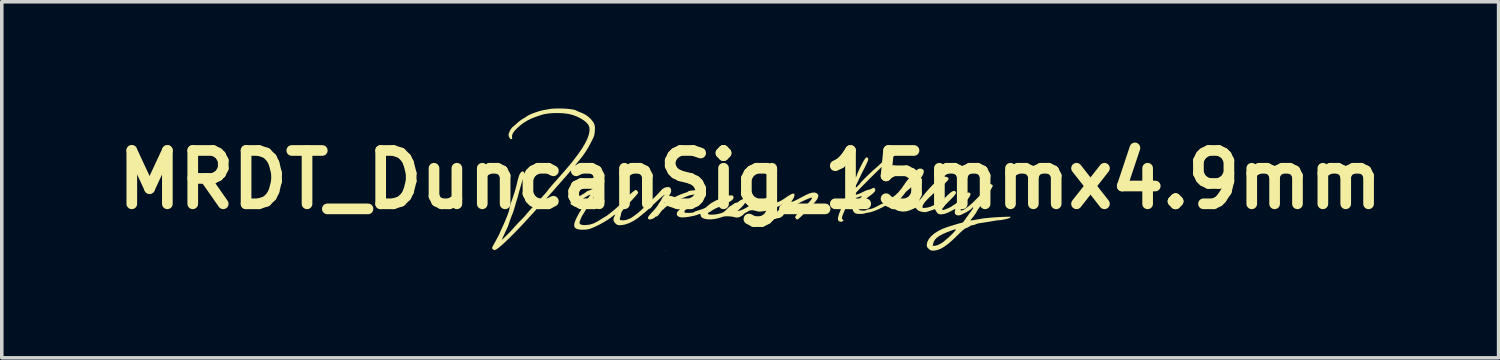
<source format=kicad_pcb>
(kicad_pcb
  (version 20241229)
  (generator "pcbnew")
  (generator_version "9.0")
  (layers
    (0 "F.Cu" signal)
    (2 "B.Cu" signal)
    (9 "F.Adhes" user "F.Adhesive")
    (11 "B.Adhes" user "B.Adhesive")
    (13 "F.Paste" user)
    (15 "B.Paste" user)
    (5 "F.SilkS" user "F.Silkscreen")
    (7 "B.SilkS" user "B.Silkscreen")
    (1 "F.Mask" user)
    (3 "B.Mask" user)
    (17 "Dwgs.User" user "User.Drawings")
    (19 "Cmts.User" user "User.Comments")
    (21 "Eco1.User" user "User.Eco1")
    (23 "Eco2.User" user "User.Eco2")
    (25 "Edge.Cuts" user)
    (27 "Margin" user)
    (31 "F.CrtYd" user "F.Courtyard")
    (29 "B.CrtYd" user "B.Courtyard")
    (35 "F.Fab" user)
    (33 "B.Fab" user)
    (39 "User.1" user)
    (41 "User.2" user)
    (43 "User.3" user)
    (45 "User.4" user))
  (footprint "MRDT_DuncanSig_15mmx4.9mm"
    (layer "F.Cu")
    (at 18.05 2.004)
    (property "Reference" "MRDT_DuncanSig_15mmx4.9mm" (at 0 0 0) (layer "F.SilkS") (effects (font (size 1.5 1.5) (thickness 0.3))))
    (attr board_only exclude_from_pos_files exclude_from_bom)
    (fp_poly (pts (xy -2.37 2.003) (xy -2.378 2.01) (xy -2.385 2.003) (xy -2.378 1.995)) (stroke (width 0) (type solid)) (fill yes) (layer "F.SilkS"))
    (fp_poly (pts (xy -5.273 -2.001) (xy -5.17 -1.996) (xy -5.075 -1.987) (xy -4.994 -1.975) (xy -4.932 -1.962) (xy -4.907 -1.952) (xy -4.849 -1.923) (xy -4.788 -1.898) (xy -4.726 -1.874) (xy -4.642 -1.833) (xy -4.557 -1.774) (xy -4.481 -1.704) (xy -4.421 -1.63) (xy -4.396 -1.586) (xy -4.379 -1.546) (xy -4.37 -1.508) (xy -4.367 -1.462) (xy -4.369 -1.398) (xy -4.369 -1.384) (xy -4.375 -1.309) (xy -4.386 -1.251) (xy -4.405 -1.197) (xy -4.424 -1.155) (xy -4.496 -1.013) (xy -4.563 -0.892) (xy -4.63 -0.784) (xy -4.701 -0.682) (xy -4.781 -0.578) (xy -4.823 -0.526) (xy -4.867 -0.473) (xy -4.907 -0.424) (xy -4.937 -0.386) (xy -4.945 -0.376) (xy -4.97 -0.344) (xy -5.014 -0.291) (xy -5.074 -0.221) (xy -5.148 -0.135) (xy -5.235 -0.036) (xy -5.279 0.015) (xy -5.323 0.065) (xy -5.378 0.127) (xy -5.433 0.189) (xy -5.451 0.21) (xy -5.542 0.314) (xy -5.618 0.399) (xy -5.682 0.472) (xy -5.738 0.535) (xy -5.791 0.593) (xy -5.845 0.652) (xy -5.903 0.715) (xy -5.919 0.733) (xy -5.99 0.81) (xy -6.073 0.901) (xy -6.158 0.994) (xy -6.237 1.08) (xy -6.259 1.105) (xy -6.387 1.244) (xy -6.512 1.376) (xy -6.632 1.5) (xy -6.745 1.613) (xy -6.849 1.714) (xy -6.943 1.801) (xy -7.025 1.873) (xy -7.093 1.928) (xy -7.145 1.964) (xy -7.18 1.979) (xy -7.185 1.98) (xy -7.216 1.971) (xy -7.235 1.96) (xy -7.255 1.939) (xy -7.259 1.916) (xy -7.246 1.881) (xy -7.229 1.85) (xy -7.198 1.794) (xy -7.163 1.731) (xy -7.129 1.668) (xy -7.098 1.61) (xy -7.072 1.562) (xy -7.056 1.53) (xy -7.051 1.52) (xy -7.045 1.503) (xy -7.028 1.463) (xy -7.001 1.403) (xy -6.967 1.329) (xy -6.939 1.268) (xy -6.913 1.209) (xy -6.887 1.148) (xy -6.878 1.125) (xy -6.857 1.072) (xy -6.836 1.02) (xy -6.83 1.007) (xy -6.794 0.908) (xy -6.767 0.797) (xy -6.767 0.795) (xy -6.755 0.742) (xy -6.742 0.693) (xy -6.739 0.683) (xy -6.695 0.558) (xy -6.661 0.456) (xy -6.632 0.368) (xy -6.608 0.289) (xy -6.587 0.212) (xy -6.566 0.13) (xy -6.549 0.058) (xy -6.524 -0.037) (xy -6.503 -0.108) (xy -6.481 -0.158) (xy -6.458 -0.195) (xy -6.438 -0.216) (xy -6.404 -0.234) (xy -6.376 -0.228) (xy -6.356 -0.203) (xy -6.347 -0.164) (xy -6.352 -0.118) (xy -6.369 -0.077) (xy -6.382 -0.046) (xy -6.401 0.009) (xy -6.425 0.083) (xy -6.451 0.171) (xy -6.479 0.266) (xy -6.506 0.365) (xy -6.526 0.443) (xy -6.539 0.492) (xy -6.552 0.534) (xy -6.556 0.548) (xy -6.566 0.579) (xy -6.581 0.626) (xy -6.591 0.66) (xy -6.618 0.753) (xy -6.638 0.822) (xy -6.653 0.871) (xy -6.664 0.904) (xy -6.672 0.926) (xy -6.676 0.938) (xy -6.7 0.995) (xy -6.726 1.062) (xy -6.751 1.13) (xy -6.772 1.189) (xy -6.784 1.229) (xy -6.785 1.23) (xy -6.801 1.279) (xy -6.822 1.333) (xy -6.827 1.343) (xy -6.846 1.385) (xy -6.874 1.443) (xy -6.903 1.507) (xy -6.911 1.523) (xy -6.945 1.597) (xy -6.968 1.646) (xy -6.98 1.675) (xy -6.982 1.687) (xy -6.974 1.683) (xy -6.958 1.669) (xy -6.946 1.658) (xy -6.833 1.547) (xy -6.743 1.456) (xy -6.675 1.382) (xy -6.654 1.357) (xy -6.619 1.317) (xy -6.57 1.264) (xy -6.513 1.203) (xy -6.456 1.145) (xy -6.403 1.092) (xy -6.358 1.044) (xy -6.324 1.007) (xy -6.307 0.986) (xy -6.306 0.985) (xy -6.291 0.965) (xy -6.26 0.928) (xy -6.215 0.878) (xy -6.16 0.817) (xy -6.1 0.752) (xy -6.038 0.685) (xy -5.978 0.62) (xy -5.941 0.582) (xy -5.876 0.514) (xy -5.816 0.447) (xy -5.763 0.388) (xy -5.723 0.34) (xy -5.698 0.308) (xy -5.695 0.303) (xy -5.681 0.284) (xy -5.65 0.246) (xy -5.607 0.195) (xy -5.554 0.133) (xy -5.5 0.072) (xy -5.394 -0.048) (xy -5.305 -0.149) (xy -5.231 -0.233) (xy -5.17 -0.304) (xy -5.119 -0.364) (xy -5.075 -0.415) (xy -5.037 -0.462) (xy -5.001 -0.506) (xy -4.966 -0.551) (xy -4.963 -0.555) (xy -4.832 -0.729) (xy -4.724 -0.886) (xy -4.64 -1.028) (xy -4.578 -1.155) (xy -4.538 -1.269) (xy -4.519 -1.371) (xy -4.521 -1.462) (xy -4.525 -1.48) (xy -4.551 -1.541) (xy -4.602 -1.603) (xy -4.674 -1.664) (xy -4.764 -1.721) (xy -4.865 -1.773) (xy -4.975 -1.815) (xy -5.089 -1.845) (xy -5.127 -1.852) (xy -5.258 -1.868) (xy -5.397 -1.875) (xy -5.537 -1.873) (xy -5.67 -1.863) (xy -5.787 -1.844) (xy -5.844 -1.83) (xy -6.007 -1.777) (xy -6.145 -1.724) (xy -6.265 -1.665) (xy -6.372 -1.6) (xy -6.472 -1.524) (xy -6.569 -1.436) (xy -6.639 -1.36) (xy -6.682 -1.293) (xy -6.699 -1.232) (xy -6.698 -1.192) (xy -6.693 -1.157) (xy -6.701 -1.143) (xy -6.719 -1.14) (xy -6.748 -1.154) (xy -6.775 -1.187) (xy -6.792 -1.231) (xy -6.796 -1.262) (xy -6.788 -1.304) (xy -6.766 -1.359) (xy -6.736 -1.415) (xy -6.704 -1.46) (xy -6.683 -1.481) (xy -6.653 -1.504) (xy -6.61 -1.541) (xy -6.564 -1.584) (xy -6.559 -1.589) (xy -6.504 -1.636) (xy -6.443 -1.682) (xy -6.391 -1.714) (xy -6.343 -1.742) (xy -6.303 -1.768) (xy -6.283 -1.782) (xy -6.245 -1.806) (xy -6.185 -1.836) (xy -6.109 -1.867) (xy -6.026 -1.897) (xy -5.942 -1.925) (xy -5.865 -1.946) (xy -5.806 -1.958) (xy -5.774 -1.964) (xy -5.723 -1.973) (xy -5.66 -1.984) (xy -5.641 -1.988) (xy -5.568 -1.997) (xy -5.478 -2.002) (xy -5.378 -2.004)) (stroke (width 0) (type solid)) (fill yes) (layer "F.SilkS"))
    (fp_poly (pts (xy -4.21 0.18) (xy -4.2 0.188) (xy -4.178 0.213) (xy -4.174 0.236) (xy -4.191 0.265) (xy -4.229 0.304) (xy -4.235 0.31) (xy -4.273 0.349) (xy -4.321 0.401) (xy -4.372 0.46) (xy -4.42 0.518) (xy -4.461 0.569) (xy -4.488 0.607) (xy -4.492 0.614) (xy -4.506 0.639) (xy -4.531 0.683) (xy -4.562 0.739) (xy -4.582 0.775) (xy -4.619 0.84) (xy -4.656 0.902) (xy -4.687 0.953) (xy -4.698 0.97) (xy -4.73 1.023) (xy -4.76 1.085) (xy -4.784 1.145) (xy -4.798 1.195) (xy -4.801 1.215) (xy -4.788 1.247) (xy -4.749 1.267) (xy -4.684 1.276) (xy -4.629 1.277) (xy -4.518 1.264) (xy -4.409 1.232) (xy -4.296 1.176) (xy -4.217 1.126) (xy -4.164 1.092) (xy -4.113 1.061) (xy -4.082 1.043) (xy -4.043 1.021) (xy -4.016 1.002) (xy -4.013 1) (xy -3.992 0.982) (xy -3.956 0.954) (xy -3.924 0.93) (xy -3.871 0.888) (xy -3.808 0.835) (xy -3.742 0.777) (xy -3.68 0.72) (xy -3.626 0.667) (xy -3.587 0.626) (xy -3.576 0.612) (xy -3.548 0.578) (xy -3.507 0.534) (xy -3.457 0.485) (xy -3.405 0.435) (xy -3.354 0.388) (xy -3.309 0.349) (xy -3.276 0.324) (xy -3.26 0.315) (xy -3.242 0.306) (xy -3.241 0.3) (xy -3.231 0.286) (xy -3.208 0.29) (xy -3.181 0.31) (xy -3.176 0.315) (xy -3.157 0.346) (xy -3.151 0.367) (xy -3.16 0.384) (xy -3.188 0.419) (xy -3.229 0.468) (xy -3.281 0.526) (xy -3.327 0.575) (xy -3.416 0.669) (xy -3.486 0.745) (xy -3.539 0.805) (xy -3.578 0.851) (xy -3.604 0.888) (xy -3.621 0.916) (xy -3.629 0.939) (xy -3.631 0.959) (xy -3.636 0.99) (xy -3.648 1.034) (xy -3.654 1.051) (xy -3.666 1.097) (xy -3.665 1.126) (xy -3.663 1.129) (xy -3.636 1.139) (xy -3.592 1.142) (xy -3.538 1.14) (xy -3.486 1.131) (xy -3.448 1.119) (xy -3.413 1.103) (xy -3.39 1.095) (xy -3.389 1.095) (xy -3.372 1.088) (xy -3.337 1.067) (xy -3.284 1.031) (xy -3.21 0.977) (xy -3.188 0.961) (xy -3.146 0.926) (xy -3.087 0.875) (xy -3.017 0.811) (xy -2.938 0.738) (xy -2.856 0.659) (xy -2.774 0.579) (xy -2.695 0.501) (xy -2.625 0.43) (xy -2.567 0.368) (xy -2.524 0.321) (xy -2.508 0.302) (xy -2.464 0.259) (xy -2.41 0.227) (xy -2.352 0.209) (xy -2.298 0.207) (xy -2.256 0.221) (xy -2.243 0.234) (xy -2.224 0.281) (xy -2.224 0.337) (xy -2.243 0.39) (xy -2.25 0.401) (xy -2.272 0.434) (xy -2.28 0.461) (xy -2.28 0.461) (xy -2.289 0.484) (xy -2.313 0.521) (xy -2.338 0.553) (xy -2.379 0.604) (xy -2.402 0.635) (xy -2.407 0.65) (xy -2.394 0.65) (xy -2.365 0.64) (xy -2.361 0.638) (xy -2.316 0.615) (xy -2.278 0.589) (xy -2.273 0.585) (xy -2.241 0.561) (xy -2.196 0.533) (xy -2.175 0.52) (xy -2.129 0.496) (xy -2.09 0.475) (xy -2.077 0.468) (xy -2.047 0.453) (xy -2.001 0.434) (xy -1.945 0.411) (xy -1.889 0.39) (xy -1.84 0.373) (xy -1.806 0.362) (xy -1.797 0.36) (xy -1.773 0.351) (xy -1.755 0.337) (xy -1.722 0.319) (xy -1.679 0.309) (xy -1.679 0.309) (xy -1.569 0.297) (xy -1.485 0.292) (xy -1.423 0.292) (xy -1.379 0.299) (xy -1.349 0.313) (xy -1.33 0.333) (xy -1.33 0.333) (xy -1.325 0.354) (xy -1.338 0.383) (xy -1.363 0.415) (xy -1.423 0.483) (xy -1.488 0.55) (xy -1.566 0.623) (xy -1.646 0.693) (xy -1.697 0.738) (xy -1.739 0.778) (xy -1.767 0.807) (xy -1.777 0.82) (xy -1.796 0.838) (xy -1.805 0.84) (xy -1.826 0.852) (xy -1.843 0.877) (xy -1.851 0.906) (xy -1.844 0.924) (xy -1.82 0.929) (xy -1.778 0.932) (xy -1.725 0.933) (xy -1.672 0.931) (xy -1.626 0.927) (xy -1.597 0.922) (xy -1.592 0.919) (xy -1.579 0.909) (xy -1.553 0.896) (xy -1.509 0.88) (xy -1.442 0.858) (xy -1.381 0.839) (xy -1.324 0.819) (xy -1.277 0.799) (xy -1.248 0.783) (xy -1.246 0.781) (xy -1.216 0.754) (xy -1.177 0.722) (xy -1.136 0.689) (xy -1.101 0.662) (xy -1.078 0.647) (xy -1.074 0.645) (xy -1.057 0.638) (xy -1.024 0.619) (xy -1.005 0.608) (xy -0.965 0.585) (xy -0.932 0.572) (xy -0.923 0.57) (xy -0.903 0.563) (xy -0.9 0.557) (xy -0.887 0.545) (xy -0.855 0.526) (xy -0.821 0.511) (xy -0.772 0.491) (xy -0.73 0.473) (xy -0.713 0.465) (xy -0.672 0.454) (xy -0.619 0.446) (xy -0.564 0.442) (xy -0.517 0.443) (xy -0.488 0.45) (xy -0.486 0.452) (xy -0.466 0.485) (xy -0.472 0.525) (xy -0.501 0.567) (xy -0.512 0.577) (xy -0.555 0.607) (xy -0.621 0.645) (xy -0.703 0.687) (xy -0.798 0.732) (xy -0.898 0.776) (xy -0.915 0.783) (xy -0.977 0.812) (xy -1.036 0.843) (xy -1.079 0.87) (xy -1.082 0.873) (xy -1.118 0.898) (xy -1.145 0.913) (xy -1.152 0.915) (xy -1.173 0.926) (xy -1.185 0.937) (xy -1.191 0.958) (xy -1.172 0.973) (xy -1.132 0.982) (xy -1.076 0.984) (xy -1.009 0.98) (xy -0.935 0.97) (xy -0.858 0.953) (xy -0.845 0.949) (xy -0.799 0.935) (xy -0.762 0.918) (xy -0.728 0.896) (xy -0.688 0.861) (xy -0.638 0.811) (xy -0.623 0.796) (xy -0.588 0.763) (xy -0.559 0.741) (xy -0.547 0.735) (xy -0.527 0.726) (xy -0.495 0.703) (xy -0.48 0.691) (xy -0.439 0.663) (xy -0.399 0.647) (xy -0.388 0.646) (xy -0.356 0.641) (xy -0.343 0.633) (xy -0.323 0.612) (xy -0.285 0.586) (xy -0.237 0.56) (xy -0.189 0.541) (xy -0.188 0.54) (xy -0.146 0.525) (xy -0.116 0.512) (xy -0.112 0.509) (xy -0.082 0.496) (xy -0.035 0.488) (xy 0.017 0.484) (xy 0.064 0.486) (xy 0.095 0.493) (xy 0.097 0.495) (xy 0.121 0.525) (xy 0.115 0.551) (xy 0.081 0.573) (xy 0.041 0.585) (xy -0.055 0.611) (xy -0.123 0.643) (xy -0.163 0.679) (xy -0.167 0.686) (xy -0.187 0.714) (xy -0.223 0.754) (xy -0.267 0.798) (xy -0.274 0.804) (xy -0.314 0.842) (xy -0.344 0.87) (xy -0.357 0.884) (xy -0.357 0.885) (xy -0.341 0.881) (xy -0.306 0.872) (xy -0.278 0.865) (xy -0.206 0.838) (xy -0.121 0.795) (xy -0.034 0.741) (xy 0.048 0.682) (xy 0.104 0.634) (xy 0.169 0.579) (xy 0.22 0.55) (xy 0.26 0.547) (xy 0.279 0.556) (xy 0.296 0.588) (xy 0.294 0.635) (xy 0.276 0.688) (xy 0.244 0.737) (xy 0.233 0.756) (xy 0.245 0.766) (xy 0.262 0.771) (xy 0.297 0.772) (xy 0.329 0.751) (xy 0.336 0.743) (xy 0.362 0.721) (xy 0.392 0.71) (xy 0.438 0.708) (xy 0.452 0.708) (xy 0.541 0.706) (xy 0.604 0.695) (xy 0.627 0.685) (xy 0.651 0.674) (xy 0.692 0.66) (xy 0.724 0.651) (xy 0.793 0.626) (xy 0.865 0.591) (xy 0.946 0.542) (xy 1.04 0.477) (xy 1.095 0.441) (xy 1.147 0.412) (xy 1.187 0.396) (xy 1.194 0.394) (xy 1.228 0.391) (xy 1.242 0.4) (xy 1.245 0.431) (xy 1.245 0.438) (xy 1.231 0.499) (xy 1.2 0.553) (xy 1.175 0.589) (xy 1.158 0.615) (xy 1.155 0.621) (xy 1.168 0.622) (xy 1.196 0.616) (xy 1.215 0.609) (xy 1.237 0.6) (xy 1.267 0.586) (xy 1.309 0.565) (xy 1.367 0.535) (xy 1.443 0.495) (xy 1.542 0.443) (xy 1.545 0.441) (xy 1.651 0.392) (xy 1.742 0.365) (xy 1.815 0.361) (xy 1.87 0.38) (xy 1.883 0.391) (xy 1.91 0.423) (xy 1.918 0.457) (xy 1.907 0.5) (xy 1.878 0.559) (xy 1.876 0.561) (xy 1.854 0.592) (xy 1.814 0.639) (xy 1.76 0.699) (xy 1.697 0.767) (xy 1.629 0.839) (xy 1.56 0.91) (xy 1.493 0.976) (xy 1.433 1.034) (xy 1.385 1.078) (xy 1.352 1.105) (xy 1.325 1.121) (xy 1.307 1.117) (xy 1.287 1.095) (xy 1.269 1.066) (xy 1.264 1.047) (xy 1.282 1.017) (xy 1.315 0.975) (xy 1.357 0.93) (xy 1.401 0.889) (xy 1.438 0.859) (xy 1.445 0.855) (xy 1.483 0.829) (xy 1.508 0.804) (xy 1.512 0.797) (xy 1.527 0.775) (xy 1.557 0.739) (xy 1.595 0.698) (xy 1.595 0.698) (xy 1.656 0.633) (xy 1.702 0.579) (xy 1.731 0.537) (xy 1.74 0.513) (xy 1.733 0.505) (xy 1.708 0.508) (xy 1.663 0.523) (xy 1.596 0.55) (xy 1.56 0.566) (xy 1.501 0.593) (xy 1.447 0.619) (xy 1.387 0.651) (xy 1.32 0.688) (xy 1.293 0.702) (xy 1.252 0.722) (xy 1.238 0.728) (xy 1.191 0.755) (xy 1.136 0.792) (xy 1.08 0.835) (xy 1.027 0.879) (xy 0.983 0.921) (xy 0.954 0.954) (xy 0.945 0.974) (xy 0.933 0.999) (xy 0.903 1.029) (xy 0.865 1.057) (xy 0.828 1.074) (xy 0.81 1.077) (xy 0.767 1.083) (xy 0.74 1.092) (xy 0.698 1.107) (xy 0.669 1.11) (xy 0.642 1.106) (xy 0.631 1.087) (xy 0.63 1.063) (xy 0.632 1.04) (xy 0.639 1.019) (xy 0.655 0.996) (xy 0.686 0.966) (xy 0.734 0.923) (xy 0.752 0.907) (xy 0.782 0.877) (xy 0.818 0.836) (xy 0.854 0.79) (xy 0.887 0.745) (xy 0.912 0.708) (xy 0.924 0.684) (xy 0.924 0.679) (xy 0.909 0.683) (xy 0.88 0.701) (xy 0.867 0.709) (xy 0.826 0.736) (xy 0.786 0.755) (xy 0.78 0.757) (xy 0.745 0.771) (xy 0.698 0.794) (xy 0.675 0.806) (xy 0.633 0.828) (xy 0.587 0.845) (xy 0.531 0.86) (xy 0.458 0.873) (xy 0.361 0.888) (xy 0.358 0.889) (xy 0.293 0.896) (xy 0.245 0.897) (xy 0.203 0.89) (xy 0.168 0.88) (xy 0.086 0.86) (xy 0.02 0.859) (xy -0.038 0.878) (xy -0.063 0.893) (xy -0.1 0.916) (xy -0.127 0.929) (xy -0.133 0.93) (xy -0.151 0.941) (xy -0.178 0.966) (xy -0.183 0.971) (xy -0.24 1.021) (xy -0.307 1.054) (xy -0.374 1.067) (xy -0.435 1.057) (xy -0.447 1.052) (xy -0.474 1.045) (xy -0.521 1.038) (xy -0.58 1.032) (xy -0.596 1.031) (xy -0.667 1.029) (xy -0.721 1.032) (xy -0.773 1.044) (xy -0.813 1.058) (xy -0.919 1.089) (xy -1.024 1.109) (xy -1.122 1.117) (xy -1.211 1.113) (xy -1.287 1.099) (xy -1.345 1.074) (xy -1.383 1.038) (xy -1.395 0.995) (xy -1.402 0.967) (xy -1.424 0.962) (xy -1.454 0.975) (xy -1.499 0.992) (xy -1.565 1.011) (xy -1.644 1.029) (xy -1.727 1.044) (xy -1.806 1.055) (xy -1.83 1.057) (xy -1.898 1.061) (xy -1.946 1.059) (xy -1.981 1.052) (xy -2.01 1.04) (xy -2.046 1.017) (xy -2.06 0.991) (xy -2.063 0.96) (xy -2.062 0.944) (xy -2.059 0.929) (xy -2.051 0.913) (xy -2.037 0.892) (xy -2.013 0.865) (xy -1.978 0.829) (xy -1.929 0.783) (xy -1.865 0.723) (xy -1.782 0.648) (xy -1.683 0.557) (xy -1.614 0.493) (xy -1.569 0.446) (xy -1.548 0.418) (xy -1.55 0.407) (xy -1.572 0.412) (xy -1.604 0.422) (xy -1.648 0.43) (xy -1.65 0.43) (xy -1.695 0.439) (xy -1.732 0.449) (xy -1.733 0.449) (xy -1.765 0.462) (xy -1.811 0.48) (xy -1.83 0.488) (xy -1.915 0.522) (xy -2.004 0.563) (xy -2.094 0.607) (xy -2.181 0.652) (xy -2.26 0.696) (xy -2.327 0.736) (xy -2.377 0.771) (xy -2.408 0.797) (xy -2.415 0.81) (xy -2.428 0.825) (xy -2.443 0.832) (xy -2.465 0.848) (xy -2.496 0.883) (xy -2.531 0.929) (xy -2.537 0.938) (xy -2.578 0.993) (xy -2.61 1.024) (xy -2.635 1.035) (xy -2.636 1.035) (xy -2.669 1.046) (xy -2.684 1.062) (xy -2.706 1.081) (xy -2.746 1.1) (xy -2.769 1.107) (xy -2.815 1.118) (xy -2.842 1.118) (xy -2.86 1.107) (xy -2.862 1.105) (xy -2.875 1.086) (xy -2.875 1.063) (xy -2.86 1.033) (xy -2.828 0.991) (xy -2.778 0.935) (xy -2.745 0.9) (xy -2.693 0.843) (xy -2.647 0.787) (xy -2.611 0.74) (xy -2.594 0.713) (xy -2.568 0.668) (xy -2.542 0.63) (xy -2.536 0.623) (xy -2.511 0.586) (xy -2.498 0.558) (xy -2.482 0.525) (xy -2.454 0.485) (xy -2.443 0.472) (xy -2.413 0.436) (xy -2.404 0.42) (xy -2.414 0.424) (xy -2.443 0.446) (xy -2.49 0.485) (xy -2.553 0.541) (xy -2.631 0.613) (xy -2.724 0.7) (xy -2.751 0.726) (xy -2.817 0.788) (xy -2.877 0.844) (xy -2.927 0.889) (xy -2.962 0.92) (xy -2.98 0.935) (xy -2.98 0.935) (xy -3.006 0.953) (xy -3.037 0.98) (xy -3.158 1.079) (xy -3.284 1.161) (xy -3.41 1.223) (xy -3.532 1.263) (xy -3.605 1.276) (xy -3.672 1.28) (xy -3.716 1.277) (xy -3.746 1.266) (xy -3.746 1.266) (xy -3.807 1.216) (xy -3.841 1.16) (xy -3.846 1.099) (xy -3.824 1.04) (xy -3.806 1.006) (xy -3.798 0.985) (xy -3.799 0.982) (xy -3.813 0.987) (xy -3.842 1.007) (xy -3.864 1.025) (xy -3.934 1.078) (xy -4.02 1.136) (xy -4.118 1.195) (xy -4.22 1.252) (xy -4.322 1.303) (xy -4.418 1.347) (xy -4.5 1.379) (xy -4.559 1.395) (xy -4.652 1.406) (xy -4.748 1.407) (xy -4.831 1.398) (xy -4.843 1.396) (xy -4.9 1.374) (xy -4.936 1.34) (xy -4.951 1.293) (xy -4.945 1.229) (xy -4.917 1.147) (xy -4.876 1.057) (xy -4.843 0.995) (xy -4.814 0.941) (xy -4.791 0.902) (xy -4.781 0.886) (xy -4.761 0.856) (xy -4.735 0.811) (xy -4.709 0.759) (xy -4.686 0.71) (xy -4.67 0.67) (xy -4.666 0.653) (xy -4.656 0.626) (xy -4.632 0.595) (xy -4.631 0.594) (xy -4.597 0.558) (xy -4.561 0.517) (xy -4.529 0.476) (xy -4.505 0.443) (xy -4.493 0.423) (xy -4.494 0.42) (xy -4.518 0.428) (xy -4.561 0.449) (xy -4.617 0.481) (xy -4.68 0.518) (xy -4.745 0.559) (xy -4.806 0.599) (xy -4.858 0.635) (xy -4.895 0.663) (xy -4.91 0.68) (xy -4.931 0.697) (xy -4.967 0.708) (xy -5.007 0.711) (xy -5.036 0.702) (xy -5.037 0.702) (xy -5.054 0.677) (xy -5.046 0.649) (xy -5.01 0.616) (xy -4.994 0.605) (xy -4.946 0.57) (xy -4.899 0.535) (xy -4.886 0.524) (xy -4.85 0.499) (xy -4.799 0.464) (xy -4.74 0.428) (xy -4.726 0.42) (xy -4.674 0.388) (xy -4.631 0.359) (xy -4.605 0.339) (xy -4.601 0.334) (xy -4.577 0.317) (xy -4.565 0.315) (xy -4.542 0.309) (xy -4.499 0.291) (xy -4.442 0.266) (xy -4.385 0.238) (xy -4.318 0.205) (xy -4.273 0.185) (xy -4.243 0.175) (xy -4.224 0.174)) (stroke (width 0) (type solid)) (fill yes) (layer "F.SilkS"))
    (fp_poly (pts (xy 4.323 -0.904) (xy 4.327 -0.897) (xy 4.323 -0.887) (xy 4.309 -0.871) (xy 4.282 -0.848) (xy 4.24 -0.814) (xy 4.179 -0.767) (xy 4.097 -0.705) (xy 4.088 -0.698) (xy 4.012 -0.638) (xy 3.929 -0.569) (xy 3.838 -0.488) (xy 3.732 -0.39) (xy 3.653 -0.315) (xy 3.58 -0.244) (xy 3.5 -0.166) (xy 3.416 -0.083) (xy 3.331 0.002) (xy 3.248 0.085) (xy 3.17 0.164) (xy 3.1 0.236) (xy 3.04 0.298) (xy 2.994 0.347) (xy 2.964 0.381) (xy 2.954 0.394) (xy 2.951 0.415) (xy 2.971 0.421) (xy 3.012 0.414) (xy 3.07 0.393) (xy 3.142 0.36) (xy 3.156 0.353) (xy 3.216 0.323) (xy 3.269 0.301) (xy 3.308 0.287) (xy 3.321 0.285) (xy 3.355 0.278) (xy 3.4 0.262) (xy 3.413 0.255) (xy 3.456 0.234) (xy 3.48 0.228) (xy 3.495 0.236) (xy 3.509 0.259) (xy 3.51 0.261) (xy 3.52 0.288) (xy 3.514 0.313) (xy 3.495 0.343) (xy 3.463 0.377) (xy 3.417 0.416) (xy 3.384 0.44) (xy 3.316 0.49) (xy 3.244 0.549) (xy 3.175 0.611) (xy 3.118 0.668) (xy 3.087 0.704) (xy 3.055 0.759) (xy 3.046 0.806) (xy 3.061 0.841) (xy 3.084 0.856) (xy 3.124 0.865) (xy 3.172 0.869) (xy 3.218 0.869) (xy 3.252 0.863) (xy 3.263 0.856) (xy 3.282 0.845) (xy 3.319 0.835) (xy 3.338 0.832) (xy 3.405 0.819) (xy 3.467 0.799) (xy 3.534 0.768) (xy 3.603 0.731) (xy 3.654 0.704) (xy 3.695 0.684) (xy 3.72 0.675) (xy 3.722 0.675) (xy 3.748 0.666) (xy 3.789 0.642) (xy 3.84 0.608) (xy 3.893 0.568) (xy 3.913 0.552) (xy 3.946 0.526) (xy 3.972 0.511) (xy 3.977 0.51) (xy 3.994 0.501) (xy 4.029 0.477) (xy 4.073 0.443) (xy 4.092 0.427) (xy 4.171 0.352) (xy 4.25 0.256) (xy 4.296 0.191) (xy 4.337 0.131) (xy 4.339 0.128) (xy 4.486 0.128) (xy 4.493 0.135) (xy 4.501 0.128) (xy 4.493 0.12) (xy 4.486 0.128) (xy 4.339 0.128) (xy 4.371 0.081) (xy 4.397 0.046) (xy 4.409 0.03) (xy 4.409 0.03) (xy 4.421 0.016) (xy 4.591 0.016) (xy 4.595 0.029) (xy 4.61 0.017) (xy 4.627 -0.008) (xy 4.642 -0.034) (xy 4.645 -0.045) (xy 4.645 -0.045) (xy 4.628 -0.034) (xy 4.606 -0.011) (xy 4.592 0.011) (xy 4.591 0.016) (xy 4.421 0.016) (xy 4.422 0.015) (xy 4.448 -0.017) (xy 4.481 -0.06) (xy 4.483 -0.062) (xy 4.536 -0.127) (xy 4.594 -0.189) (xy 4.651 -0.243) (xy 4.701 -0.284) (xy 4.74 -0.306) (xy 4.747 -0.308) (xy 4.806 -0.312) (xy 4.853 -0.292) (xy 4.873 -0.269) (xy 4.883 -0.246) (xy 4.883 -0.218) (xy 4.871 -0.175) (xy 4.866 -0.16) (xy 4.849 -0.121) (xy 4.823 -0.081) (xy 4.785 -0.034) (xy 4.73 0.024) (xy 4.696 0.058) (xy 4.633 0.12) (xy 4.566 0.181) (xy 4.506 0.235) (xy 4.46 0.274) (xy 4.416 0.309) (xy 4.383 0.339) (xy 4.367 0.356) (xy 4.366 0.358) (xy 4.357 0.373) (xy 4.332 0.405) (xy 4.296 0.448) (xy 4.277 0.47) (xy 4.221 0.542) (xy 4.181 0.608) (xy 4.158 0.666) (xy 4.154 0.71) (xy 4.162 0.727) (xy 4.206 0.762) (xy 4.27 0.78) (xy 4.35 0.781) (xy 4.373 0.778) (xy 4.427 0.767) (xy 4.488 0.75) (xy 4.545 0.73) (xy 4.592 0.71) (xy 4.619 0.694) (xy 4.621 0.692) (xy 4.637 0.679) (xy 4.669 0.655) (xy 4.692 0.64) (xy 4.735 0.604) (xy 4.783 0.555) (xy 4.819 0.512) (xy 4.932 0.368) (xy 5.042 0.242) (xy 5.146 0.134) (xy 5.243 0.046) (xy 5.331 -0.02) (xy 5.409 -0.063) (xy 5.475 -0.083) (xy 5.513 -0.081) (xy 5.559 -0.063) (xy 5.579 -0.032) (xy 5.581 -0.019) (xy 5.57 0.003) (xy 5.538 0.041) (xy 5.488 0.091) (xy 5.424 0.153) (xy 5.347 0.222) (xy 5.26 0.297) (xy 5.259 0.298) (xy 5.186 0.361) (xy 5.112 0.429) (xy 5.041 0.496) (xy 4.98 0.557) (xy 4.933 0.608) (xy 4.913 0.632) (xy 4.875 0.686) (xy 4.854 0.725) (xy 4.846 0.756) (xy 4.846 0.763) (xy 4.847 0.783) (xy 4.857 0.793) (xy 4.88 0.795) (xy 4.926 0.792) (xy 4.939 0.791) (xy 4.989 0.783) (xy 5.042 0.769) (xy 5.104 0.745) (xy 5.182 0.708) (xy 5.206 0.697) (xy 5.287 0.654) (xy 5.35 0.618) (xy 5.402 0.58) (xy 5.451 0.536) (xy 5.484 0.504) (xy 5.563 0.426) (xy 5.626 0.37) (xy 5.675 0.334) (xy 5.714 0.316) (xy 5.745 0.316) (xy 5.77 0.33) (xy 5.773 0.333) (xy 5.786 0.351) (xy 5.788 0.373) (xy 5.776 0.4) (xy 5.75 0.437) (xy 5.707 0.486) (xy 5.645 0.551) (xy 5.596 0.599) (xy 5.515 0.681) (xy 5.455 0.746) (xy 5.417 0.792) (xy 5.401 0.82) (xy 5.401 0.823) (xy 5.408 0.849) (xy 5.418 0.855) (xy 5.446 0.849) (xy 5.492 0.833) (xy 5.546 0.811) (xy 5.6 0.787) (xy 5.644 0.765) (xy 5.669 0.749) (xy 5.701 0.725) (xy 5.743 0.699) (xy 5.748 0.697) (xy 5.777 0.677) (xy 5.821 0.639) (xy 5.874 0.59) (xy 5.933 0.533) (xy 5.95 0.515) (xy 6.014 0.451) (xy 6.061 0.406) (xy 6.097 0.378) (xy 6.123 0.363) (xy 6.141 0.36) (xy 6.179 0.37) (xy 6.196 0.396) (xy 6.19 0.437) (xy 6.164 0.489) (xy 6.117 0.548) (xy 6.115 0.551) (xy 6.058 0.617) (xy 6.006 0.686) (xy 5.963 0.751) (xy 5.934 0.806) (xy 5.925 0.828) (xy 5.918 0.858) (xy 5.927 0.867) (xy 5.957 0.863) (xy 5.961 0.862) (xy 6.008 0.844) (xy 6.046 0.819) (xy 6.087 0.786) (xy 6.129 0.758) (xy 6.155 0.738) (xy 6.195 0.703) (xy 6.245 0.658) (xy 6.299 0.607) (xy 6.353 0.554) (xy 6.402 0.504) (xy 6.444 0.461) (xy 6.471 0.429) (xy 6.481 0.414) (xy 6.491 0.397) (xy 6.516 0.364) (xy 6.552 0.321) (xy 6.571 0.299) (xy 6.611 0.252) (xy 6.642 0.213) (xy 6.659 0.188) (xy 6.661 0.182) (xy 6.673 0.161) (xy 6.702 0.139) (xy 6.735 0.123) (xy 6.751 0.121) (xy 6.78 0.13) (xy 6.803 0.143) (xy 6.819 0.157) (xy 6.823 0.173) (xy 6.813 0.198) (xy 6.797 0.229) (xy 6.769 0.276) (xy 6.741 0.319) (xy 6.733 0.33) (xy 6.703 0.372) (xy 6.666 0.426) (xy 6.627 0.486) (xy 6.588 0.546) (xy 6.554 0.601) (xy 6.528 0.646) (xy 6.513 0.674) (xy 6.511 0.68) (xy 6.503 0.7) (xy 6.48 0.736) (xy 6.448 0.781) (xy 6.444 0.787) (xy 6.411 0.832) (xy 6.387 0.868) (xy 6.376 0.887) (xy 6.376 0.889) (xy 6.368 0.907) (xy 6.346 0.942) (xy 6.315 0.987) (xy 6.281 1.034) (xy 6.248 1.076) (xy 6.228 1.099) (xy 6.206 1.127) (xy 6.197 1.144) (xy 6.197 1.146) (xy 6.214 1.146) (xy 6.254 1.141) (xy 6.312 1.132) (xy 6.383 1.119) (xy 6.397 1.117) (xy 6.47 1.104) (xy 6.531 1.093) (xy 6.576 1.086) (xy 6.599 1.083) (xy 6.6 1.084) (xy 6.619 1.083) (xy 6.657 1.079) (xy 6.691 1.075) (xy 6.739 1.07) (xy 6.804 1.065) (xy 6.882 1.06) (xy 6.966 1.054) (xy 7.052 1.05) (xy 7.134 1.046) (xy 7.207 1.043) (xy 7.266 1.041) (xy 7.305 1.041) (xy 7.319 1.042) (xy 7.317 1.058) (xy 7.309 1.07) (xy 7.288 1.081) (xy 7.245 1.094) (xy 7.189 1.109) (xy 7.127 1.122) (xy 7.068 1.133) (xy 7.018 1.139) (xy 6.999 1.14) (xy 6.963 1.142) (xy 6.919 1.148) (xy 6.916 1.148) (xy 6.826 1.164) (xy 6.732 1.18) (xy 6.641 1.194) (xy 6.56 1.207) (xy 6.495 1.217) (xy 6.451 1.223) (xy 6.445 1.224) (xy 6.398 1.233) (xy 6.359 1.248) (xy 6.355 1.25) (xy 6.321 1.265) (xy 6.273 1.277) (xy 6.257 1.279) (xy 6.212 1.289) (xy 6.18 1.304) (xy 6.174 1.31) (xy 6.151 1.327) (xy 6.111 1.347) (xy 6.086 1.356) (xy 6.056 1.369) (xy 6.023 1.389) (xy 5.983 1.42) (xy 5.933 1.465) (xy 5.869 1.526) (xy 5.812 1.582) (xy 5.681 1.708) (xy 5.563 1.809) (xy 5.455 1.887) (xy 5.357 1.943) (xy 5.265 1.978) (xy 5.178 1.994) (xy 5.145 1.995) (xy 5.095 1.992) (xy 5.058 1.976) (xy 5.02 1.945) (xy 4.985 1.907) (xy 4.969 1.871) (xy 4.968 1.856) (xy 5.131 1.856) (xy 5.144 1.859) (xy 5.177 1.86) (xy 5.185 1.86) (xy 5.233 1.852) (xy 5.292 1.831) (xy 5.326 1.814) (xy 5.376 1.786) (xy 5.419 1.759) (xy 5.441 1.743) (xy 5.469 1.718) (xy 5.508 1.685) (xy 5.529 1.668) (xy 5.584 1.62) (xy 5.64 1.568) (xy 5.692 1.517) (xy 5.736 1.47) (xy 5.768 1.432) (xy 5.785 1.407) (xy 5.785 1.398) (xy 5.758 1.4) (xy 5.711 1.412) (xy 5.642 1.436) (xy 5.548 1.473) (xy 5.536 1.478) (xy 5.416 1.53) (xy 5.322 1.58) (xy 5.251 1.63) (xy 5.2 1.683) (xy 5.166 1.74) (xy 5.153 1.777) (xy 5.141 1.819) (xy 5.133 1.849) (xy 5.131 1.856) (xy 4.968 1.856) (xy 4.966 1.836) (xy 4.981 1.753) (xy 5.023 1.671) (xy 5.09 1.59) (xy 5.179 1.513) (xy 5.289 1.442) (xy 5.417 1.379) (xy 5.56 1.326) (xy 5.581 1.32) (xy 5.657 1.297) (xy 5.741 1.271) (xy 5.806 1.251) (xy 5.864 1.234) (xy 5.914 1.221) (xy 5.947 1.215) (xy 5.95 1.215) (xy 5.974 1.205) (xy 6.007 1.172) (xy 6.05 1.114) (xy 6.055 1.107) (xy 6.1 1.041) (xy 6.151 0.97) (xy 6.197 0.909) (xy 6.2 0.905) (xy 6.242 0.847) (xy 6.265 0.809) (xy 6.27 0.787) (xy 6.258 0.78) (xy 6.256 0.78) (xy 6.242 0.791) (xy 6.241 0.794) (xy 6.229 0.812) (xy 6.196 0.84) (xy 6.149 0.873) (xy 6.094 0.906) (xy 6.037 0.936) (xy 6.031 0.939) (xy 5.982 0.962) (xy 5.941 0.982) (xy 5.923 0.991) (xy 5.89 1.001) (xy 5.846 1.005) (xy 5.846 1.005) (xy 5.795 0.993) (xy 5.763 0.961) (xy 5.752 0.912) (xy 5.763 0.851) (xy 5.769 0.836) (xy 5.769 0.825) (xy 5.752 0.828) (xy 5.715 0.847) (xy 5.691 0.861) (xy 5.569 0.924) (xy 5.464 0.962) (xy 5.374 0.975) (xy 5.373 0.975) (xy 5.323 0.972) (xy 5.289 0.957) (xy 5.263 0.934) (xy 5.234 0.897) (xy 5.215 0.861) (xy 5.214 0.858) (xy 5.2 0.834) (xy 5.186 0.831) (xy 5.165 0.839) (xy 5.122 0.853) (xy 5.067 0.872) (xy 5.045 0.88) (xy 4.983 0.9) (xy 4.939 0.911) (xy 4.903 0.913) (xy 4.864 0.909) (xy 4.827 0.903) (xy 4.767 0.887) (xy 4.726 0.867) (xy 4.693 0.837) (xy 4.692 0.837) (xy 4.651 0.789) (xy 4.597 0.815) (xy 4.487 0.862) (xy 4.392 0.889) (xy 4.305 0.897) (xy 4.267 0.895) (xy 4.169 0.878) (xy 4.093 0.845) (xy 4.035 0.794) (xy 4.017 0.77) (xy 3.993 0.731) (xy 3.983 0.704) (xy 3.987 0.678) (xy 3.997 0.653) (xy 4.009 0.62) (xy 4.011 0.601) (xy 4.009 0.6) (xy 3.993 0.608) (xy 3.96 0.629) (xy 3.916 0.658) (xy 3.821 0.72) (xy 3.715 0.779) (xy 3.606 0.832) (xy 3.501 0.876) (xy 3.406 0.908) (xy 3.328 0.925) (xy 3.323 0.926) (xy 3.273 0.934) (xy 3.231 0.945) (xy 3.218 0.95) (xy 3.189 0.957) (xy 3.14 0.962) (xy 3.081 0.963) (xy 3.076 0.963) (xy 3.017 0.96) (xy 2.979 0.955) (xy 2.953 0.943) (xy 2.93 0.923) (xy 2.922 0.915) (xy 2.895 0.878) (xy 2.881 0.844) (xy 2.881 0.838) (xy 2.888 0.808) (xy 2.907 0.766) (xy 2.93 0.723) (xy 2.952 0.693) (xy 2.955 0.69) (xy 2.967 0.674) (xy 2.99 0.642) (xy 3.007 0.618) (xy 3.037 0.577) (xy 3.064 0.545) (xy 3.075 0.535) (xy 3.102 0.51) (xy 3.127 0.484) (xy 3.138 0.469) (xy 3.137 0.463) (xy 3.122 0.464) (xy 3.087 0.475) (xy 3.028 0.495) (xy 3.014 0.5) (xy 2.931 0.53) (xy 2.869 0.554) (xy 2.823 0.579) (xy 2.787 0.609) (xy 2.757 0.649) (xy 2.727 0.704) (xy 2.693 0.778) (xy 2.67 0.833) (xy 2.63 0.925) (xy 2.602 0.994) (xy 2.586 1.044) (xy 2.58 1.078) (xy 2.584 1.101) (xy 2.596 1.117) (xy 2.606 1.123) (xy 2.623 1.138) (xy 2.615 1.158) (xy 2.612 1.161) (xy 2.578 1.181) (xy 2.534 1.183) (xy 2.493 1.165) (xy 2.489 1.161) (xy 2.472 1.134) (xy 2.468 1.092) (xy 2.478 1.034) (xy 2.501 0.957) (xy 2.539 0.86) (xy 2.592 0.741) (xy 2.634 0.652) (xy 2.654 0.607) (xy 2.668 0.572) (xy 2.671 0.559) (xy 2.677 0.538) (xy 2.694 0.498) (xy 2.719 0.443) (xy 2.743 0.394) (xy 2.8 0.279) (xy 2.844 0.189) (xy 2.878 0.12) (xy 2.901 0.071) (xy 2.916 0.038) (xy 2.924 0.019) (xy 2.926 0.012) (xy 2.933 -0.006) (xy 2.953 -0.038) (xy 2.963 -0.054) (xy 2.986 -0.093) (xy 2.999 -0.124) (xy 3.001 -0.132) (xy 3.007 -0.153) (xy 3.025 -0.195) (xy 3.051 -0.254) (xy 3.084 -0.324) (xy 3.105 -0.366) (xy 3.157 -0.469) (xy 3.201 -0.546) (xy 3.236 -0.597) (xy 3.265 -0.624) (xy 3.289 -0.629) (xy 3.308 -0.612) (xy 3.317 -0.596) (xy 3.32 -0.581) (xy 3.318 -0.559) (xy 3.309 -0.528) (xy 3.29 -0.484) (xy 3.261 -0.422) (xy 3.22 -0.339) (xy 3.197 -0.294) (xy 3.155 -0.21) (xy 3.116 -0.132) (xy 3.084 -0.066) (xy 3.06 -0.017) (xy 3.047 0.011) (xy 3.047 0.013) (xy 3.032 0.046) (xy 3.008 0.095) (xy 2.979 0.149) (xy 2.979 0.15) (xy 2.953 0.199) (xy 2.934 0.239) (xy 2.926 0.261) (xy 2.926 0.262) (xy 2.935 0.259) (xy 2.961 0.238) (xy 2.998 0.204) (xy 3.016 0.188) (xy 3.057 0.146) (xy 3.088 0.111) (xy 3.104 0.09) (xy 3.106 0.087) (xy 3.116 0.073) (xy 3.144 0.043) (xy 3.185 0.000181) (xy 3.236 -0.051) (xy 3.293 -0.107) (xy 3.35 -0.162) (xy 3.404 -0.214) (xy 3.452 -0.259) (xy 3.488 -0.291) (xy 3.508 -0.307) (xy 3.509 -0.307) (xy 3.53 -0.324) (xy 3.567 -0.356) (xy 3.614 -0.399) (xy 3.65 -0.433) (xy 3.702 -0.483) (xy 3.752 -0.528) (xy 3.791 -0.562) (xy 3.807 -0.576) (xy 3.845 -0.606) (xy 3.889 -0.644) (xy 3.906 -0.659) (xy 3.951 -0.698) (xy 3.999 -0.732) (xy 4.014 -0.742) (xy 4.05 -0.764) (xy 4.103 -0.795) (xy 4.163 -0.832) (xy 4.187 -0.846) (xy 4.255 -0.884) (xy 4.3 -0.904) (xy 4.322 -0.904)) (stroke (width 0) (type solid)) (fill yes) (layer "F.SilkS")))
  (gr_rect
    (start -3 -3)
    (end 39.1 7.014)
    (stroke (width 0.1) (type default))
    (fill no)
    (layer "Edge.Cuts")))
</source>
